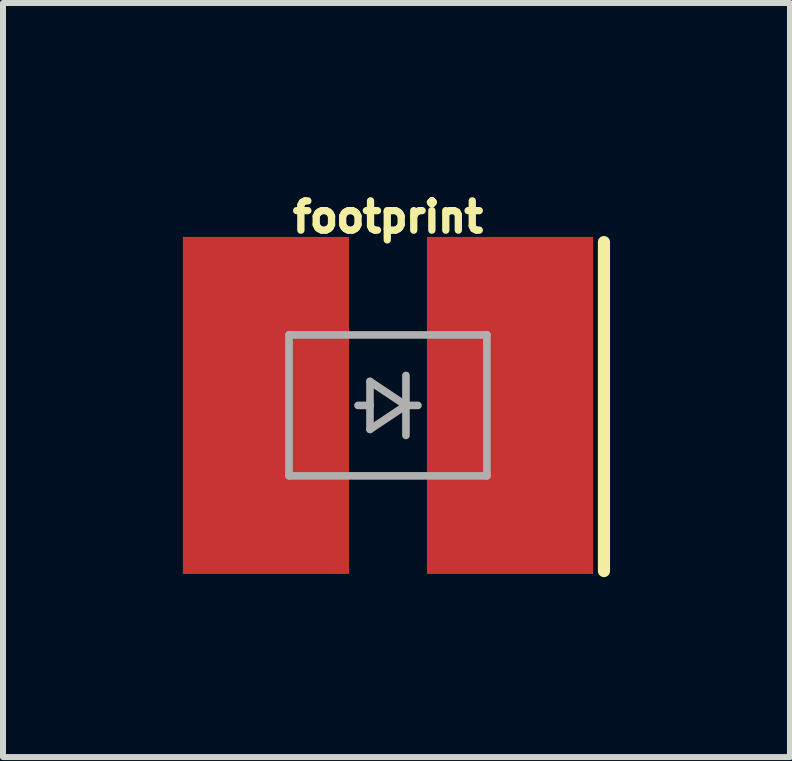
<source format=kicad_pcb>
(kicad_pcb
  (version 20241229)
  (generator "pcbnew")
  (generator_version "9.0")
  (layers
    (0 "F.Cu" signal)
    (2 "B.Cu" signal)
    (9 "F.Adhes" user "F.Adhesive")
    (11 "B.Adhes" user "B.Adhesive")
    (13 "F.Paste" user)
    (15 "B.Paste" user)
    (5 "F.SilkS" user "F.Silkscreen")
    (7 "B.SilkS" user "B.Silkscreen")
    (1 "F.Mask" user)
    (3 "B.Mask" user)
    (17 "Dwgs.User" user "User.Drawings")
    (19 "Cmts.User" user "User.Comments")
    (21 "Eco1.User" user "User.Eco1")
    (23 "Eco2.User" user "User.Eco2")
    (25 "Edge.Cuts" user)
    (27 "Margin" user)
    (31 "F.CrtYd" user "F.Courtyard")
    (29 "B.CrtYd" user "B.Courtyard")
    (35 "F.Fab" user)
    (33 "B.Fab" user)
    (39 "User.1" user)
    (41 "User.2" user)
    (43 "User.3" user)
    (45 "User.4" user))
  (footprint "footprint"
    (layer "F.Cu")
    (at 3.42 3.711)
    (property "Reference" "footprint" (at 0 -2.857 0) (layer "F.SilkS") (effects (font (size 0.488 0.488) (thickness 0.122)) (justify bottom)))
    (fp_poly (pts (xy -2.2 -1.4) (xy -2.2 1.4) (xy -0.65 1.4) (xy -0.65 -1.4)) (stroke (width 0) (type solid)) (fill yes) (layer "F.Mask"))
    (fp_poly (pts (xy 0.65 -1.4) (xy 0.65 1.4) (xy 2.2 1.4) (xy 2.2 -1.4)) (stroke (width 0) (type solid)) (fill yes) (layer "F.Mask"))
    (fp_line (start 3.602 -2.723) (end 3.602 2.762) (stroke (width 0.203) (type solid)) (layer "F.SilkS"))
    (fp_poly (pts (xy -2.2 -1.4) (xy -2.2 1.4) (xy -0.65 1.4) (xy -0.65 -1.4)) (stroke (width 0) (type solid)) (fill yes) (layer "F.Paste"))
    (fp_poly (pts (xy 0.65 -1.4) (xy 0.65 1.4) (xy 2.2 1.4) (xy 2.2 -1.4)) (stroke (width 0) (type solid)) (fill yes) (layer "F.Paste"))
    (fp_line (start -1.65 -1.175) (end -1.65 1.175) (stroke (width 0.127) (type solid)) (layer "F.Fab"))
    (fp_line (start -1.65 1.175) (end 1.65 1.175) (stroke (width 0.127) (type solid)) (layer "F.Fab"))
    (fp_line (start -0.3 -0.4) (end -0.3 0) (stroke (width 0.127) (type solid)) (layer "F.Fab"))
    (fp_line (start -0.3 0) (end -0.5 0) (stroke (width 0.127) (type solid)) (layer "F.Fab"))
    (fp_line (start -0.3 0) (end -0.3 0.4) (stroke (width 0.127) (type solid)) (layer "F.Fab"))
    (fp_line (start -0.3 0.4) (end 0.3 0) (stroke (width 0.127) (type solid)) (layer "F.Fab"))
    (fp_line (start 0.3 -0.5) (end 0.3 0) (stroke (width 0.127) (type solid)) (layer "F.Fab"))
    (fp_line (start 0.3 0) (end -0.3 -0.4) (stroke (width 0.127) (type solid)) (layer "F.Fab"))
    (fp_line (start 0.3 0) (end 0.3 0.5) (stroke (width 0.127) (type solid)) (layer "F.Fab"))
    (fp_line (start 0.5 0) (end 0.3 0) (stroke (width 0.127) (type solid)) (layer "F.Fab"))
    (fp_line (start 1.65 -1.175) (end -1.65 -1.175) (stroke (width 0.127) (type solid)) (layer "F.Fab"))
    (fp_line (start 1.65 1.175) (end 1.65 -1.175) (stroke (width 0.127) (type solid)) (layer "F.Fab"))
    (pad "A" smd rect (at -2.035 0 90) (size 5.62 2.77) (layers "F.Cu"))
    (pad "C" smd rect (at 2.035 0 270) (size 5.62 2.77) (layers "F.Cu")))
  (gr_rect
    (start -3 -3)
    (end 10.124 9.575)
    (stroke (width 0.1) (type default))
    (fill no)
    (layer "Edge.Cuts")))
</source>
